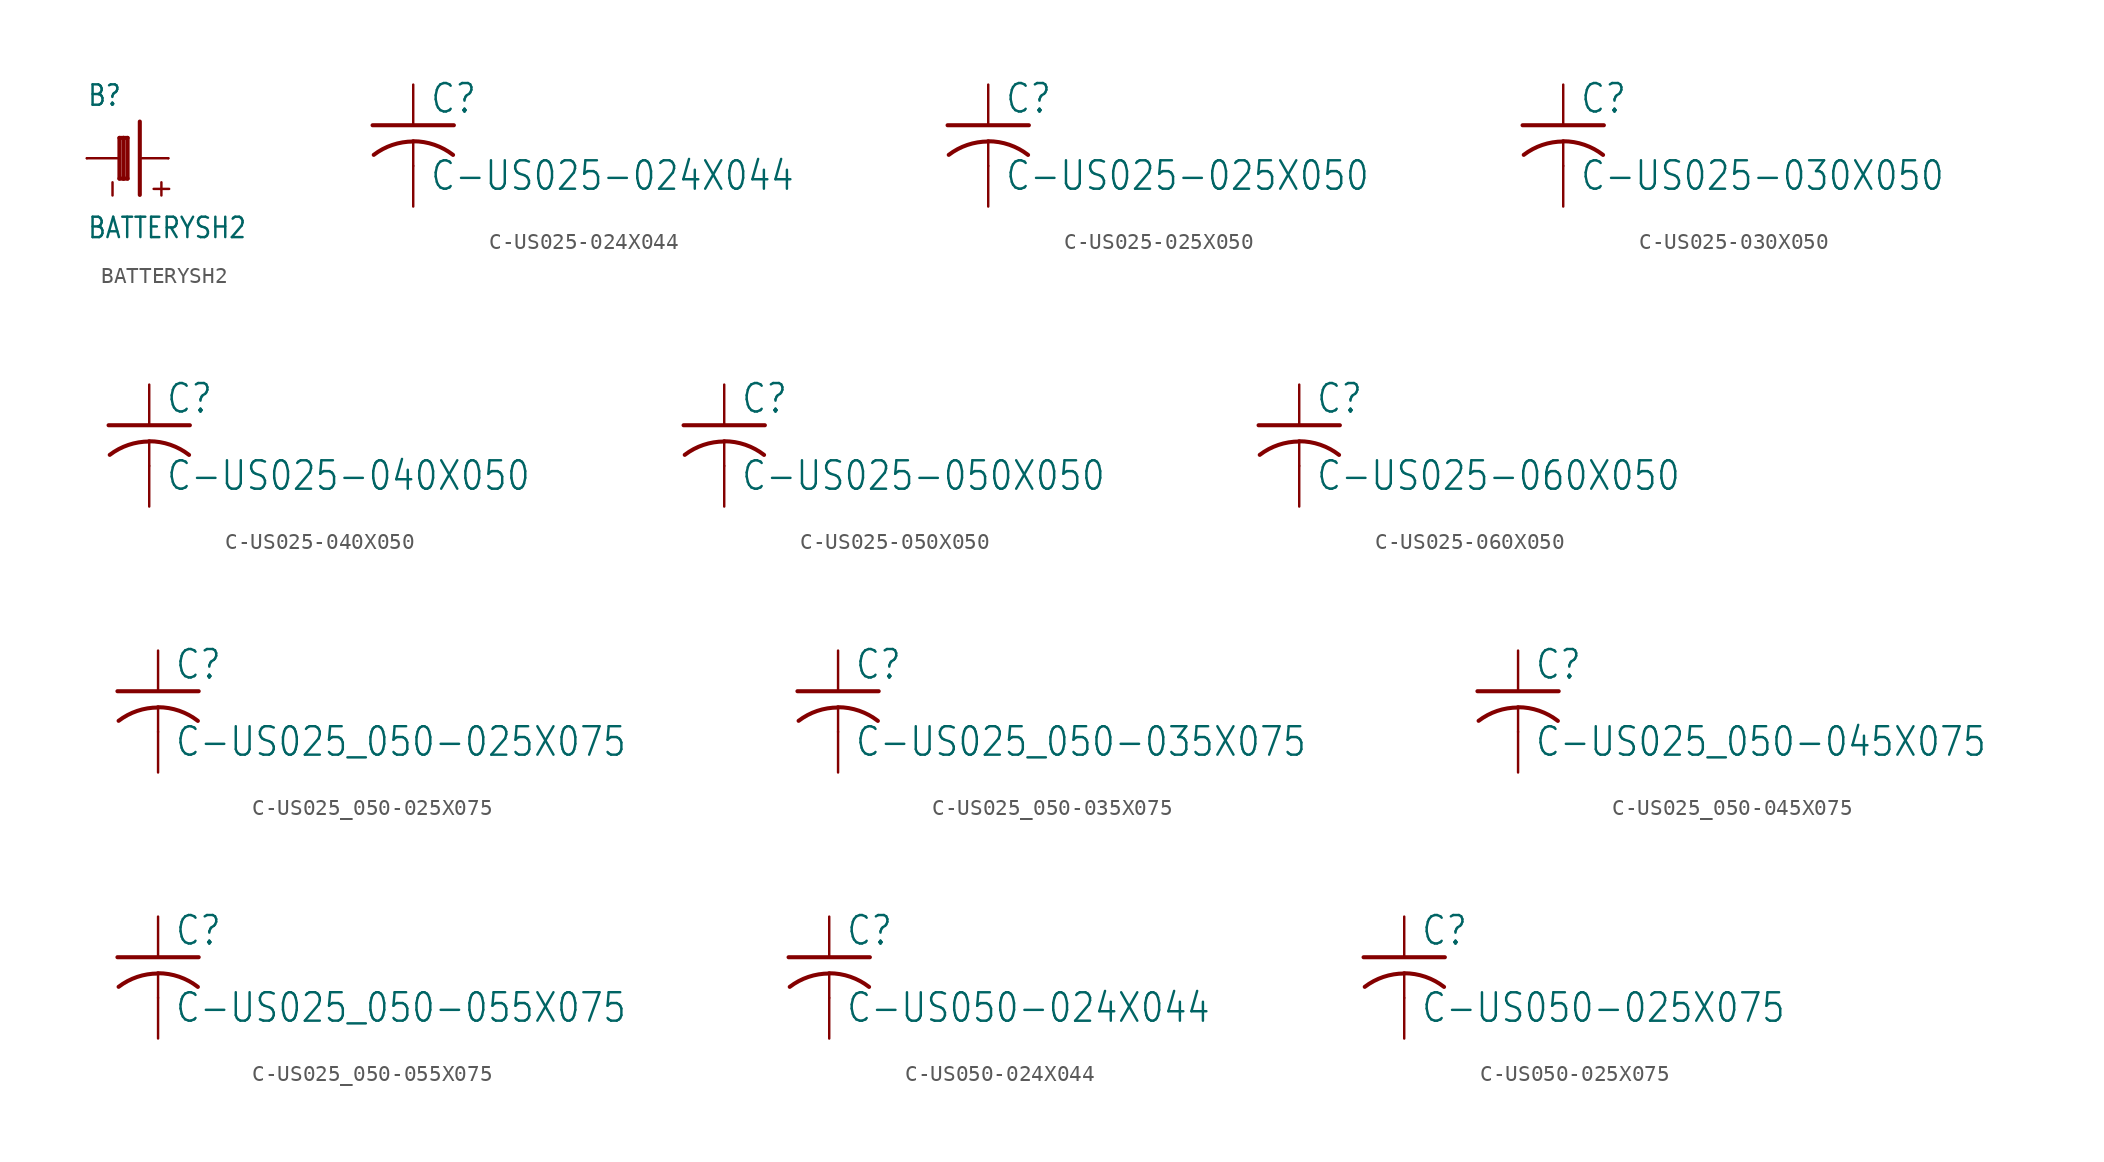
<source format=kicad_sym>
(kicad_symbol_lib
  (version 20201005)
  (generator kicad_symbol_editor)
  (symbol "BATTERYSH2"
    (property "Reference" "B"
      (at -2.54 3.175 0)
      (effects (font (size 1.27 1.079)) (justify left bottom)))
    (property "Value" "BATTERYSH2"
      (at -2.54 -5.08 0)
      (effects (font (size 1.27 1.079)) (justify left bottom)))
    (property "ki_locked" ""
      (at 0 0 0)
      (effects (font (size 1.27 1.27))))
    (symbol "BATTERYSH2_1_0"
      (text "+" (at 1.27 -1.143 900) (effects (font (size 1.27 1.079)) (justify right top)))
      (text "-" (at -1.778 -1.143 900) (effects (font (size 1.27 1.079)) (justify right top)))
      (polyline (pts (xy -2.54 0) (xy -0.635 0)) (stroke (width 0.152)) (fill (type none)))
      (polyline (pts (xy -0.508 -1.27) (xy -0.508 1.27)) (stroke (width 0.254)) (fill (type none)))
      (polyline (pts (xy -0.508 1.27) (xy -0.254 1.27)) (stroke (width 0.254)) (fill (type none)))
      (polyline (pts (xy -0.254 -1.27) (xy -0.508 -1.27)) (stroke (width 0.254)) (fill (type none)))
      (polyline (pts (xy -0.254 1.27) (xy -0.254 -1.27)) (stroke (width 0.254)) (fill (type none)))
      (polyline (pts (xy -0.254 1.27) (xy 0 1.27)) (stroke (width 0.254)) (fill (type none)))
      (polyline (pts (xy 0 -1.27) (xy -0.254 -1.27)) (stroke (width 0.254)) (fill (type none)))
      (polyline (pts (xy 0 1.27) (xy 0 -1.27)) (stroke (width 0.254)) (fill (type none)))
      (polyline (pts (xy 0.762 2.286) (xy 0.762 -2.286)) (stroke (width 0.254)) (fill (type none)))
      (polyline (pts (xy 0.889 0) (xy 2.54 0)) (stroke (width 0.152)) (fill (type none)))
      (pin passive line (at -2.54 0 0) (length 0) (name "-" (effects (font (size 0 0)))) (number "1" (effects (font (size 0 0)))))
      (pin passive line (at 2.54 0 180) (length 0) (name "+" (effects (font (size 0 0)))) (number "2" (effects (font (size 0 0)))))))
  (symbol "C-US025-024X044"
    (property "Reference" "C"
      (at 1.016 0.635 0)
      (effects (font (size 1.778 1.511)) (justify left bottom)))
    (property "Value" "C-US025-024X044"
      (at 1.016 -4.191 0)
      (effects (font (size 1.778 1.511)) (justify left bottom)))
    (property "ki_locked" ""
      (at 0 0 0)
      (effects (font (size 1.27 1.27))))
    (symbol "C-US025-024X044_1_0"
      (arc (start 0 -1.0161) (end -2.4668 -1.8504) (radius (at 0 -5.0799) (length 4.0638) (angles 90 127.4)) (stroke (width 0.254)) (fill (type none)))
      (arc (start 2.4892 -1.8542) (end 0 -1) (radius (at 0 -5.0542) (length 4.0541) (angles 52.1 90)) (stroke (width 0.254)) (fill (type none)))
      (polyline (pts (xy -2.54 0) (xy 2.54 0)) (stroke (width 0.254)) (fill (type none)))
      (polyline (pts (xy 0 -1.016) (xy 0 -2.54)) (stroke (width 0.152)) (fill (type none)))
      (pin passive line (at 0 2.54 270) (length 2.54) (name "1" (effects (font (size 0 0)))) (number "1" (effects (font (size 0 0)))))
      (pin passive line (at 0 -5.08 90) (length 2.54) (name "2" (effects (font (size 0 0)))) (number "2" (effects (font (size 0 0)))))))
  (symbol "C-US025-025X050"
    (property "Reference" "C"
      (at 1.016 0.635 0)
      (effects (font (size 1.778 1.511)) (justify left bottom)))
    (property "Value" "C-US025-025X050"
      (at 1.016 -4.191 0)
      (effects (font (size 1.778 1.511)) (justify left bottom)))
    (property "ki_locked" ""
      (at 0 0 0)
      (effects (font (size 1.27 1.27))))
    (symbol "C-US025-025X050_1_0"
      (arc (start 0 -1.0161) (end -2.4668 -1.8504) (radius (at 0 -5.0799) (length 4.0638) (angles 90 127.4)) (stroke (width 0.254)) (fill (type none)))
      (arc (start 2.4892 -1.8542) (end 0 -1) (radius (at 0 -5.0542) (length 4.0541) (angles 52.1 90)) (stroke (width 0.254)) (fill (type none)))
      (polyline (pts (xy -2.54 0) (xy 2.54 0)) (stroke (width 0.254)) (fill (type none)))
      (polyline (pts (xy 0 -1.016) (xy 0 -2.54)) (stroke (width 0.152)) (fill (type none)))
      (pin passive line (at 0 2.54 270) (length 2.54) (name "1" (effects (font (size 0 0)))) (number "1" (effects (font (size 0 0)))))
      (pin passive line (at 0 -5.08 90) (length 2.54) (name "2" (effects (font (size 0 0)))) (number "2" (effects (font (size 0 0)))))))
  (symbol "C-US025-030X050"
    (property "Reference" "C"
      (at 1.016 0.635 0)
      (effects (font (size 1.778 1.511)) (justify left bottom)))
    (property "Value" "C-US025-030X050"
      (at 1.016 -4.191 0)
      (effects (font (size 1.778 1.511)) (justify left bottom)))
    (property "ki_locked" ""
      (at 0 0 0)
      (effects (font (size 1.27 1.27))))
    (symbol "C-US025-030X050_1_0"
      (arc (start 0 -1.0161) (end -2.4668 -1.8504) (radius (at 0 -5.0799) (length 4.0638) (angles 90 127.4)) (stroke (width 0.254)) (fill (type none)))
      (arc (start 2.4892 -1.8542) (end 0 -1) (radius (at 0 -5.0542) (length 4.0541) (angles 52.1 90)) (stroke (width 0.254)) (fill (type none)))
      (polyline (pts (xy -2.54 0) (xy 2.54 0)) (stroke (width 0.254)) (fill (type none)))
      (polyline (pts (xy 0 -1.016) (xy 0 -2.54)) (stroke (width 0.152)) (fill (type none)))
      (pin passive line (at 0 2.54 270) (length 2.54) (name "1" (effects (font (size 0 0)))) (number "1" (effects (font (size 0 0)))))
      (pin passive line (at 0 -5.08 90) (length 2.54) (name "2" (effects (font (size 0 0)))) (number "2" (effects (font (size 0 0)))))))
  (symbol "C-US025-040X050"
    (property "Reference" "C"
      (at 1.016 0.635 0)
      (effects (font (size 1.778 1.511)) (justify left bottom)))
    (property "Value" "C-US025-040X050"
      (at 1.016 -4.191 0)
      (effects (font (size 1.778 1.511)) (justify left bottom)))
    (property "ki_locked" ""
      (at 0 0 0)
      (effects (font (size 1.27 1.27))))
    (symbol "C-US025-040X050_1_0"
      (arc (start 0 -1.0161) (end -2.4668 -1.8504) (radius (at 0 -5.0799) (length 4.0638) (angles 90 127.4)) (stroke (width 0.254)) (fill (type none)))
      (arc (start 2.4892 -1.8542) (end 0 -1) (radius (at 0 -5.0542) (length 4.0541) (angles 52.1 90)) (stroke (width 0.254)) (fill (type none)))
      (polyline (pts (xy -2.54 0) (xy 2.54 0)) (stroke (width 0.254)) (fill (type none)))
      (polyline (pts (xy 0 -1.016) (xy 0 -2.54)) (stroke (width 0.152)) (fill (type none)))
      (pin passive line (at 0 2.54 270) (length 2.54) (name "1" (effects (font (size 0 0)))) (number "1" (effects (font (size 0 0)))))
      (pin passive line (at 0 -5.08 90) (length 2.54) (name "2" (effects (font (size 0 0)))) (number "2" (effects (font (size 0 0)))))))
  (symbol "C-US025-050X050"
    (property "Reference" "C"
      (at 1.016 0.635 0)
      (effects (font (size 1.778 1.511)) (justify left bottom)))
    (property "Value" "C-US025-050X050"
      (at 1.016 -4.191 0)
      (effects (font (size 1.778 1.511)) (justify left bottom)))
    (property "ki_locked" ""
      (at 0 0 0)
      (effects (font (size 1.27 1.27))))
    (symbol "C-US025-050X050_1_0"
      (arc (start 0 -1.0161) (end -2.4668 -1.8504) (radius (at 0 -5.0799) (length 4.0638) (angles 90 127.4)) (stroke (width 0.254)) (fill (type none)))
      (arc (start 2.4892 -1.8542) (end 0 -1) (radius (at 0 -5.0542) (length 4.0541) (angles 52.1 90)) (stroke (width 0.254)) (fill (type none)))
      (polyline (pts (xy -2.54 0) (xy 2.54 0)) (stroke (width 0.254)) (fill (type none)))
      (polyline (pts (xy 0 -1.016) (xy 0 -2.54)) (stroke (width 0.152)) (fill (type none)))
      (pin passive line (at 0 2.54 270) (length 2.54) (name "1" (effects (font (size 0 0)))) (number "1" (effects (font (size 0 0)))))
      (pin passive line (at 0 -5.08 90) (length 2.54) (name "2" (effects (font (size 0 0)))) (number "2" (effects (font (size 0 0)))))))
  (symbol "C-US025-060X050"
    (property "Reference" "C"
      (at 1.016 0.635 0)
      (effects (font (size 1.778 1.511)) (justify left bottom)))
    (property "Value" "C-US025-060X050"
      (at 1.016 -4.191 0)
      (effects (font (size 1.778 1.511)) (justify left bottom)))
    (property "ki_locked" ""
      (at 0 0 0)
      (effects (font (size 1.27 1.27))))
    (symbol "C-US025-060X050_1_0"
      (arc (start 0 -1.0161) (end -2.4668 -1.8504) (radius (at 0 -5.0799) (length 4.0638) (angles 90 127.4)) (stroke (width 0.254)) (fill (type none)))
      (arc (start 2.4892 -1.8542) (end 0 -1) (radius (at 0 -5.0542) (length 4.0541) (angles 52.1 90)) (stroke (width 0.254)) (fill (type none)))
      (polyline (pts (xy -2.54 0) (xy 2.54 0)) (stroke (width 0.254)) (fill (type none)))
      (polyline (pts (xy 0 -1.016) (xy 0 -2.54)) (stroke (width 0.152)) (fill (type none)))
      (pin passive line (at 0 2.54 270) (length 2.54) (name "1" (effects (font (size 0 0)))) (number "1" (effects (font (size 0 0)))))
      (pin passive line (at 0 -5.08 90) (length 2.54) (name "2" (effects (font (size 0 0)))) (number "2" (effects (font (size 0 0)))))))
  (symbol "C-US025_050-025X075"
    (property "Reference" "C"
      (at 1.016 0.635 0)
      (effects (font (size 1.778 1.511)) (justify left bottom)))
    (property "Value" "C-US025_050-025X075"
      (at 1.016 -4.191 0)
      (effects (font (size 1.778 1.511)) (justify left bottom)))
    (property "ki_locked" ""
      (at 0 0 0)
      (effects (font (size 1.27 1.27))))
    (symbol "C-US025_050-025X075_1_0"
      (arc (start 0 -1.0161) (end -2.4668 -1.8504) (radius (at 0 -5.0799) (length 4.0638) (angles 90 127.4)) (stroke (width 0.254)) (fill (type none)))
      (arc (start 2.4892 -1.8542) (end 0 -1) (radius (at 0 -5.0542) (length 4.0541) (angles 52.1 90)) (stroke (width 0.254)) (fill (type none)))
      (polyline (pts (xy -2.54 0) (xy 2.54 0)) (stroke (width 0.254)) (fill (type none)))
      (polyline (pts (xy 0 -1.016) (xy 0 -2.54)) (stroke (width 0.152)) (fill (type none)))
      (pin passive line (at 0 2.54 270) (length 2.54) (name "1" (effects (font (size 0 0)))) (number "1" (effects (font (size 0 0)))))
      (pin passive line (at 0 -5.08 90) (length 2.54) (name "2" (effects (font (size 0 0)))) (number "2" (effects (font (size 0 0)))))))
  (symbol "C-US025_050-035X075"
    (property "Reference" "C"
      (at 1.016 0.635 0)
      (effects (font (size 1.778 1.511)) (justify left bottom)))
    (property "Value" "C-US025_050-035X075"
      (at 1.016 -4.191 0)
      (effects (font (size 1.778 1.511)) (justify left bottom)))
    (property "ki_locked" ""
      (at 0 0 0)
      (effects (font (size 1.27 1.27))))
    (symbol "C-US025_050-035X075_1_0"
      (arc (start 0 -1.0161) (end -2.4668 -1.8504) (radius (at 0 -5.0799) (length 4.0638) (angles 90 127.4)) (stroke (width 0.254)) (fill (type none)))
      (arc (start 2.4892 -1.8542) (end 0 -1) (radius (at 0 -5.0542) (length 4.0541) (angles 52.1 90)) (stroke (width 0.254)) (fill (type none)))
      (polyline (pts (xy -2.54 0) (xy 2.54 0)) (stroke (width 0.254)) (fill (type none)))
      (polyline (pts (xy 0 -1.016) (xy 0 -2.54)) (stroke (width 0.152)) (fill (type none)))
      (pin passive line (at 0 2.54 270) (length 2.54) (name "1" (effects (font (size 0 0)))) (number "1" (effects (font (size 0 0)))))
      (pin passive line (at 0 -5.08 90) (length 2.54) (name "2" (effects (font (size 0 0)))) (number "2" (effects (font (size 0 0)))))))
  (symbol "C-US025_050-045X075"
    (property "Reference" "C"
      (at 1.016 0.635 0)
      (effects (font (size 1.778 1.511)) (justify left bottom)))
    (property "Value" "C-US025_050-045X075"
      (at 1.016 -4.191 0)
      (effects (font (size 1.778 1.511)) (justify left bottom)))
    (property "ki_locked" ""
      (at 0 0 0)
      (effects (font (size 1.27 1.27))))
    (symbol "C-US025_050-045X075_1_0"
      (arc (start 0 -1.0161) (end -2.4668 -1.8504) (radius (at 0 -5.0799) (length 4.0638) (angles 90 127.4)) (stroke (width 0.254)) (fill (type none)))
      (arc (start 2.4892 -1.8542) (end 0 -1) (radius (at 0 -5.0542) (length 4.0541) (angles 52.1 90)) (stroke (width 0.254)) (fill (type none)))
      (polyline (pts (xy -2.54 0) (xy 2.54 0)) (stroke (width 0.254)) (fill (type none)))
      (polyline (pts (xy 0 -1.016) (xy 0 -2.54)) (stroke (width 0.152)) (fill (type none)))
      (pin passive line (at 0 2.54 270) (length 2.54) (name "1" (effects (font (size 0 0)))) (number "1" (effects (font (size 0 0)))))
      (pin passive line (at 0 -5.08 90) (length 2.54) (name "2" (effects (font (size 0 0)))) (number "2" (effects (font (size 0 0)))))))
  (symbol "C-US025_050-055X075"
    (property "Reference" "C"
      (at 1.016 0.635 0)
      (effects (font (size 1.778 1.511)) (justify left bottom)))
    (property "Value" "C-US025_050-055X075"
      (at 1.016 -4.191 0)
      (effects (font (size 1.778 1.511)) (justify left bottom)))
    (property "ki_locked" ""
      (at 0 0 0)
      (effects (font (size 1.27 1.27))))
    (symbol "C-US025_050-055X075_1_0"
      (arc (start 0 -1.0161) (end -2.4668 -1.8504) (radius (at 0 -5.0799) (length 4.0638) (angles 90 127.4)) (stroke (width 0.254)) (fill (type none)))
      (arc (start 2.4892 -1.8542) (end 0 -1) (radius (at 0 -5.0542) (length 4.0541) (angles 52.1 90)) (stroke (width 0.254)) (fill (type none)))
      (polyline (pts (xy -2.54 0) (xy 2.54 0)) (stroke (width 0.254)) (fill (type none)))
      (polyline (pts (xy 0 -1.016) (xy 0 -2.54)) (stroke (width 0.152)) (fill (type none)))
      (pin passive line (at 0 2.54 270) (length 2.54) (name "1" (effects (font (size 0 0)))) (number "1" (effects (font (size 0 0)))))
      (pin passive line (at 0 -5.08 90) (length 2.54) (name "2" (effects (font (size 0 0)))) (number "2" (effects (font (size 0 0)))))))
  (symbol "C-US050-024X044"
    (property "Reference" "C"
      (at 1.016 0.635 0)
      (effects (font (size 1.778 1.511)) (justify left bottom)))
    (property "Value" "C-US050-024X044"
      (at 1.016 -4.191 0)
      (effects (font (size 1.778 1.511)) (justify left bottom)))
    (property "ki_locked" ""
      (at 0 0 0)
      (effects (font (size 1.27 1.27))))
    (symbol "C-US050-024X044_1_0"
      (arc (start 0 -1.0161) (end -2.4668 -1.8504) (radius (at 0 -5.0799) (length 4.0638) (angles 90 127.4)) (stroke (width 0.254)) (fill (type none)))
      (arc (start 2.4892 -1.8542) (end 0 -1) (radius (at 0 -5.0542) (length 4.0541) (angles 52.1 90)) (stroke (width 0.254)) (fill (type none)))
      (polyline (pts (xy -2.54 0) (xy 2.54 0)) (stroke (width 0.254)) (fill (type none)))
      (polyline (pts (xy 0 -1.016) (xy 0 -2.54)) (stroke (width 0.152)) (fill (type none)))
      (pin passive line (at 0 2.54 270) (length 2.54) (name "1" (effects (font (size 0 0)))) (number "1" (effects (font (size 0 0)))))
      (pin passive line (at 0 -5.08 90) (length 2.54) (name "2" (effects (font (size 0 0)))) (number "2" (effects (font (size 0 0)))))))
  (symbol "C-US050-025X075"
    (property "Reference" "C"
      (at 1.016 0.635 0)
      (effects (font (size 1.778 1.511)) (justify left bottom)))
    (property "Value" "C-US050-025X075"
      (at 1.016 -4.191 0)
      (effects (font (size 1.778 1.511)) (justify left bottom)))
    (property "ki_locked" ""
      (at 0 0 0)
      (effects (font (size 1.27 1.27))))
    (symbol "C-US050-025X075_1_0"
      (arc (start 0 -1.0161) (end -2.4668 -1.8504) (radius (at 0 -5.0799) (length 4.0638) (angles 90 127.4)) (stroke (width 0.254)) (fill (type none)))
      (arc (start 2.4892 -1.8542) (end 0 -1) (radius (at 0 -5.0542) (length 4.0541) (angles 52.1 90)) (stroke (width 0.254)) (fill (type none)))
      (polyline (pts (xy -2.54 0) (xy 2.54 0)) (stroke (width 0.254)) (fill (type none)))
      (polyline (pts (xy 0 -1.016) (xy 0 -2.54)) (stroke (width 0.152)) (fill (type none)))
      (pin passive line (at 0 2.54 270) (length 2.54) (name "1" (effects (font (size 0 0)))) (number "1" (effects (font (size 0 0)))))
      (pin passive line (at 0 -5.08 90) (length 2.54) (name "2" (effects (font (size 0 0)))) (number "2" (effects (font (size 0 0))))))))
</source>
